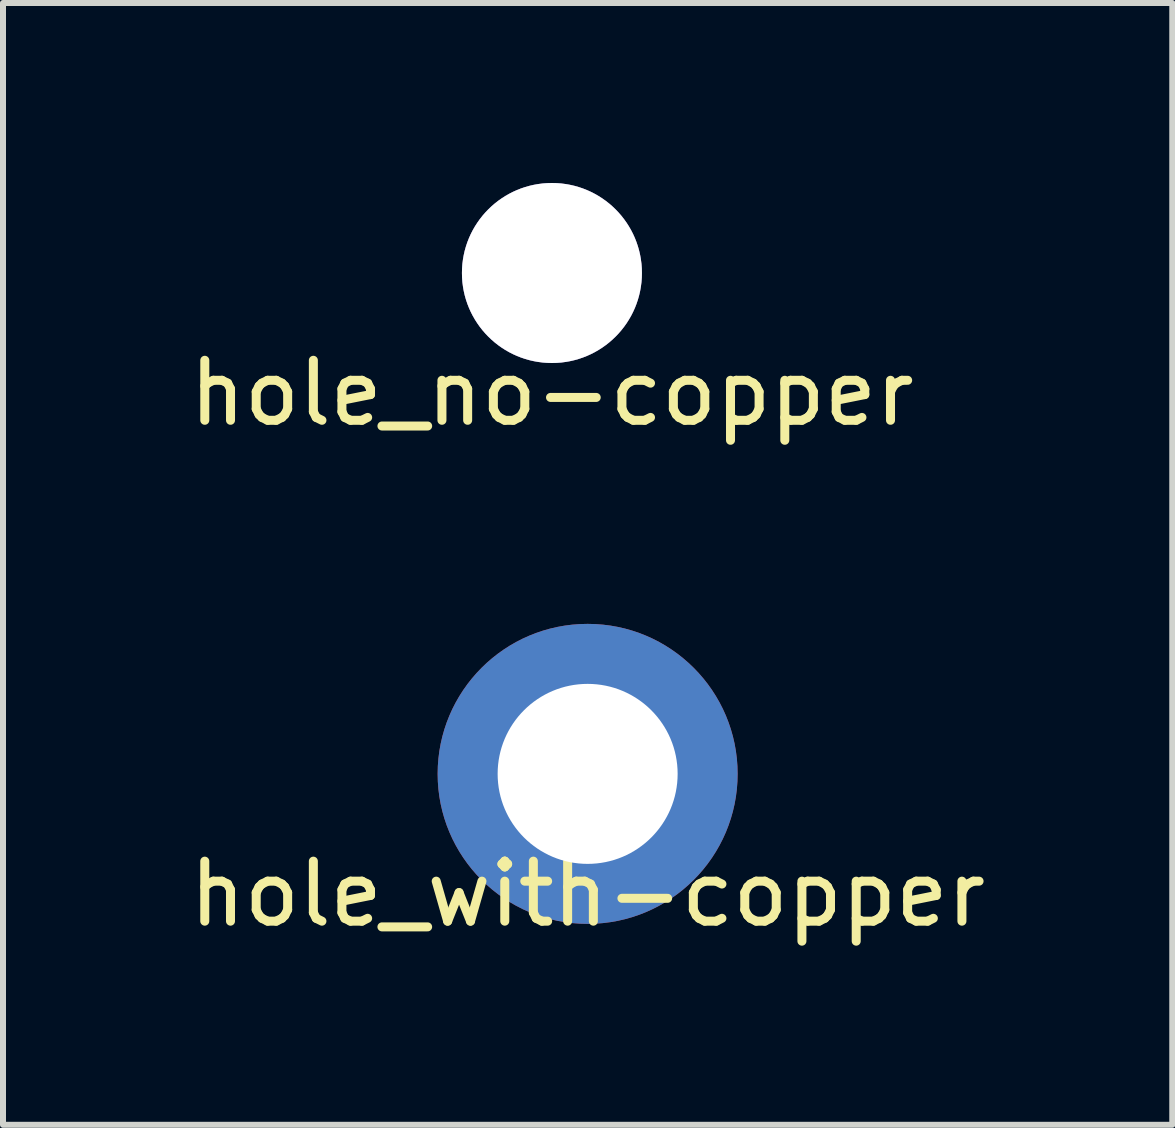
<source format=kicad_pcb>
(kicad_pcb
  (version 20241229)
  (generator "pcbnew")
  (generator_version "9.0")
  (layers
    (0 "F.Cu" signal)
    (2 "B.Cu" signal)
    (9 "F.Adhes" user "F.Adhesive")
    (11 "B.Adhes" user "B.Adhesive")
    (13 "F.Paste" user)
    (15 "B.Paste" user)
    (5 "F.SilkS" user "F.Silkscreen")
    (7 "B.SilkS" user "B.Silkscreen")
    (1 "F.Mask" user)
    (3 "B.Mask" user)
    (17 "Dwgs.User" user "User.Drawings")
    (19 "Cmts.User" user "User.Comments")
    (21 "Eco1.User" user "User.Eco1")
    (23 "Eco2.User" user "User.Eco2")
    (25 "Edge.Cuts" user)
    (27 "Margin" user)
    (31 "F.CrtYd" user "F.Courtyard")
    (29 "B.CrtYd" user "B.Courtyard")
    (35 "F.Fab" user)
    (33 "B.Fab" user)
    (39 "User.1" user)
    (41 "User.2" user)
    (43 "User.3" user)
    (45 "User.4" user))
  (footprint "hole_no-copper"
    (layer "F.Cu")
    (at 6.149 1.5)
    (property "Reference" "hole_no-copper" (at 0 2 0) (layer "F.SilkS") (effects (font (size 1 1) (thickness 0.15))))
    (attr through_hole)
    (pad "" thru_hole circle (at 0 0) (size 3 3) (drill 3) (layers "*.Cu" "*.Mask")))
  (footprint "hole_with-copper"
    (layer "F.Cu")
    (at 6.744 9.848)
    (property "Reference" "hole_with-copper" (at 0 2 0) (layer "F.SilkS") (effects (font (size 1 1) (thickness 0.15))))
    (attr through_hole)
    (pad "" thru_hole circle (at 0 0) (size 5 5) (drill 3) (layers "*.Cu" "*.Mask")))
  (gr_rect
    (start -3 -3)
    (end 16.488 15.697)
    (stroke (width 0.1) (type default))
    (fill no)
    (layer "Edge.Cuts")))
</source>
